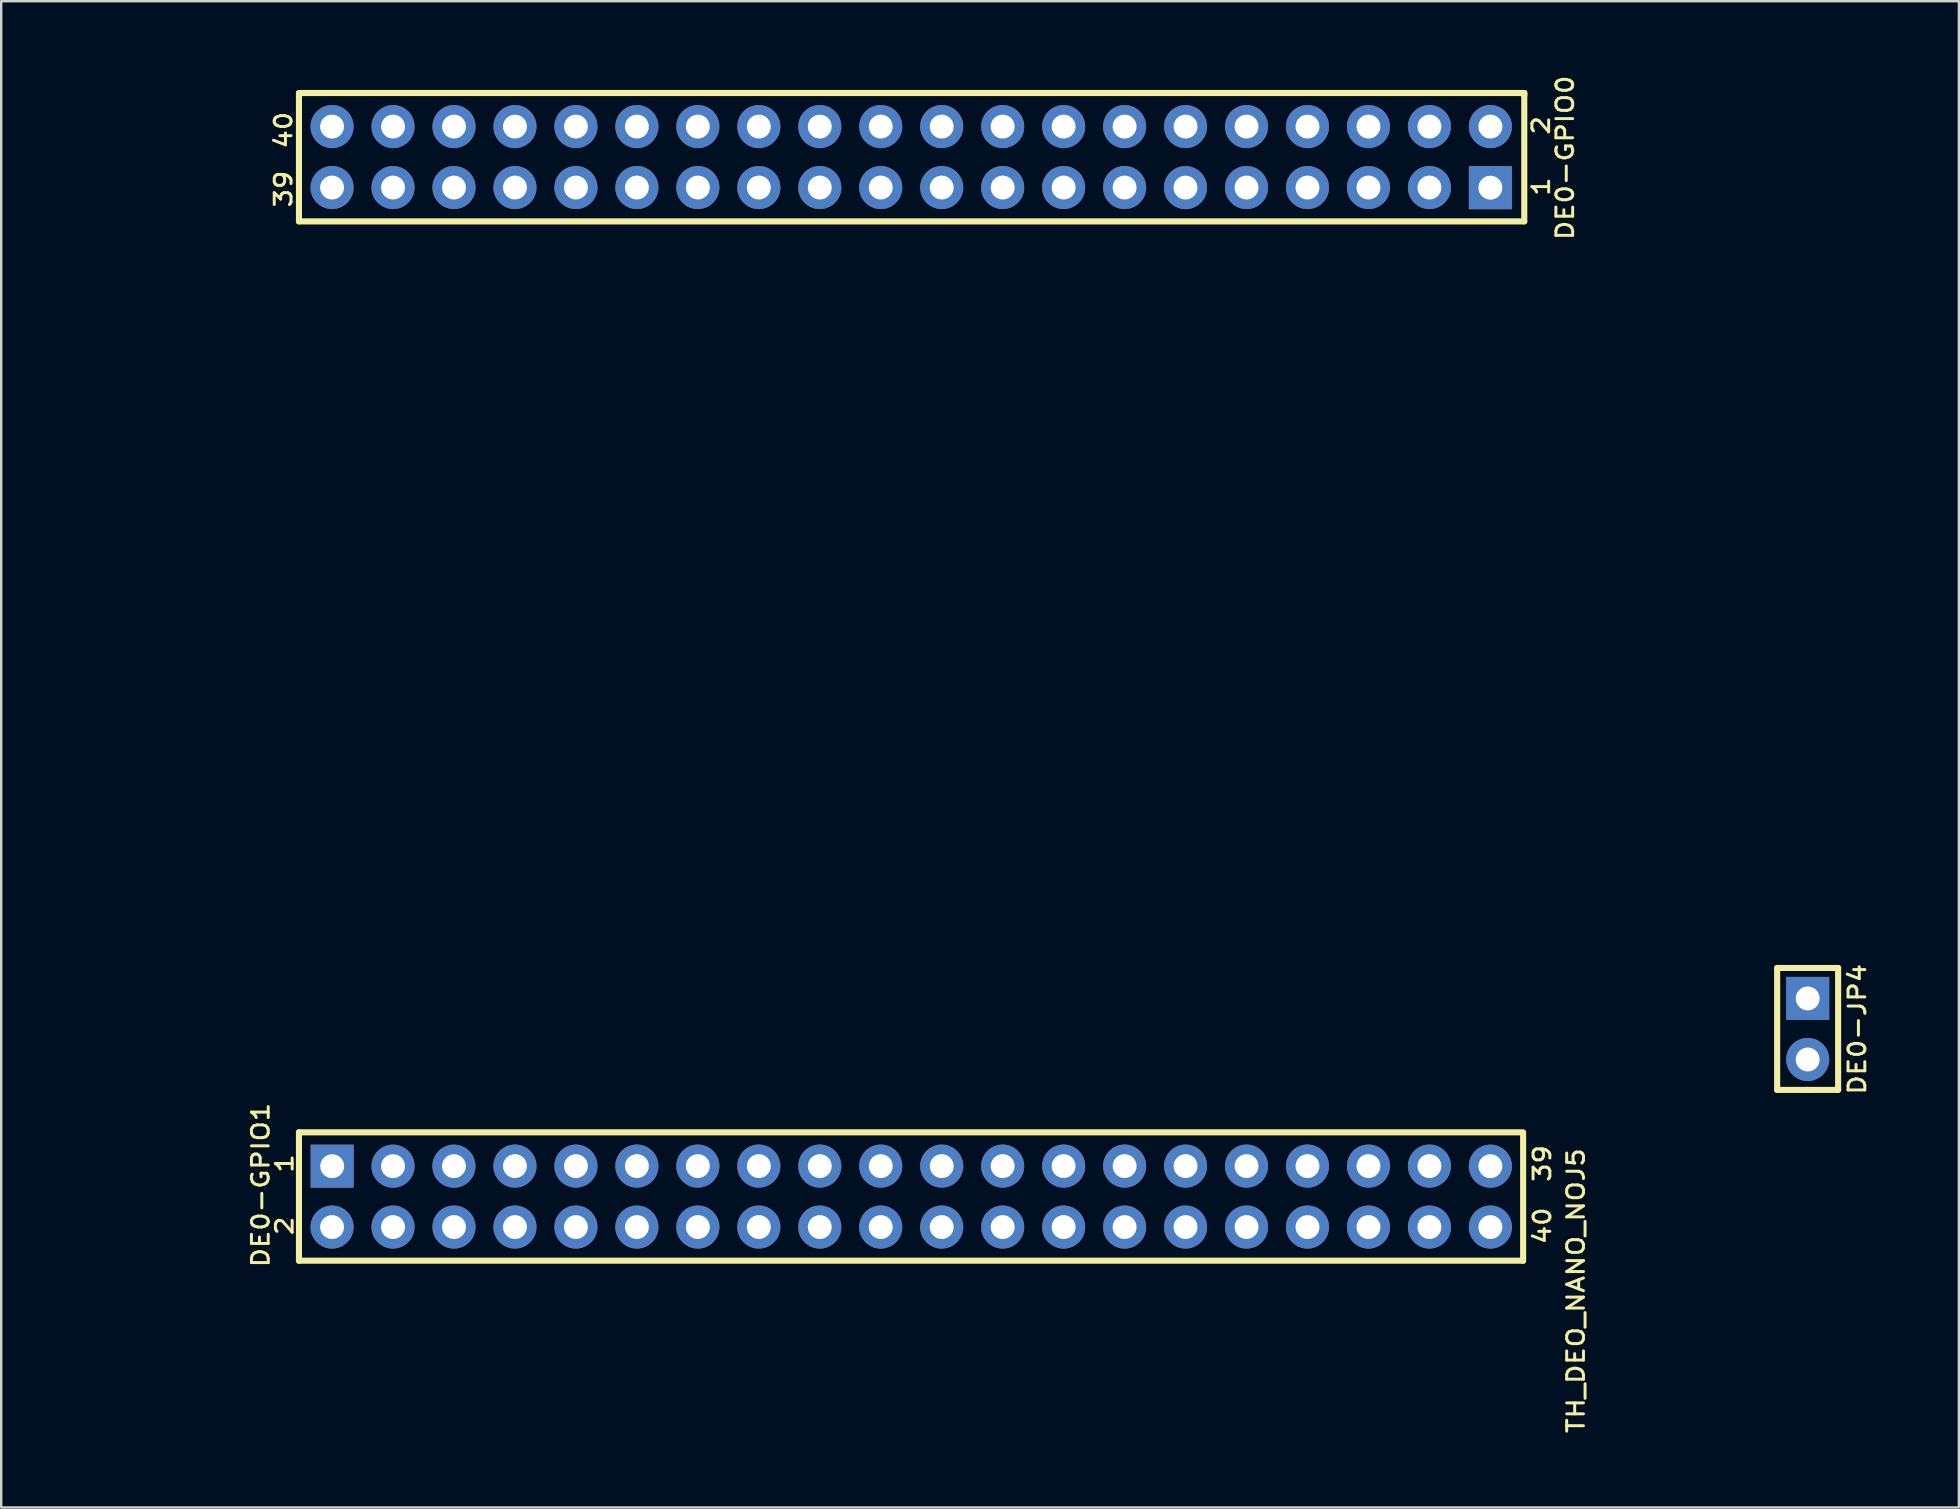
<source format=kicad_pcb>
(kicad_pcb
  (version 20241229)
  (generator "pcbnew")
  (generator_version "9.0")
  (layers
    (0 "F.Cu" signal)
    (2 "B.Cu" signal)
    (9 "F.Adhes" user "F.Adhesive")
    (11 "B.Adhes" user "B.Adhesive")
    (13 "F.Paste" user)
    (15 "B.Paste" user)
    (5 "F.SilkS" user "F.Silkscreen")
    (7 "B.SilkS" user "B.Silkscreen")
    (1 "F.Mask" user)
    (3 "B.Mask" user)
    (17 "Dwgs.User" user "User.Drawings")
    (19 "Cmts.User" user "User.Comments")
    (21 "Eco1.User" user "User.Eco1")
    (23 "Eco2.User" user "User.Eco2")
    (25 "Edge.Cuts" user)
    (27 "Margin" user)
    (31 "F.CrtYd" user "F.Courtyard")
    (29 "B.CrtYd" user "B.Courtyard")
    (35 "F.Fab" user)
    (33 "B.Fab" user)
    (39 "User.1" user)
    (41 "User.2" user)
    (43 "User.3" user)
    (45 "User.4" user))
  (footprint "TH_DEO_NANO_NOJ5"
    (layer "F.Cu")
    (at 75.306 49.725)
    (property "Reference" "TH_DEO_NANO_NOJ5" (at -12.7 1.001 90) (layer "F.SilkS") (effects (font (size 0.699 0.798) (thickness 0.124))))
    (attr smd)
    (fp_line (start -65.9 -48.9) (end -65.9 -43.551) (stroke (width 0.254) (type solid)) (layer "F.SilkS"))
    (fp_line (start -65.9 -48.9) (end -14.849 -48.9) (stroke (width 0.254) (type solid)) (layer "F.SilkS"))
    (fp_line (start -65.9 -43.551) (end -14.849 -43.551) (stroke (width 0.254) (type solid)) (layer "F.SilkS"))
    (fp_line (start -65.9 -5.601) (end -65.9 -0.249) (stroke (width 0.254) (type solid)) (layer "F.SilkS"))
    (fp_line (start -65.9 -5.598) (end -14.897 -5.598) (stroke (width 0.254) (type solid)) (layer "F.SilkS"))
    (fp_line (start -14.9 -0.249) (end -65.9 -0.249) (stroke (width 0.254) (type solid)) (layer "F.SilkS"))
    (fp_line (start -14.897 -0.246) (end -14.897 -5.55) (stroke (width 0.254) (type solid)) (layer "F.SilkS"))
    (fp_line (start -14.849 -48.9) (end -14.849 -48.801) (stroke (width 0.254) (type solid)) (layer "F.SilkS"))
    (fp_line (start -14.849 -48.849) (end -14.849 -43.551) (stroke (width 0.254) (type solid)) (layer "F.SilkS"))
    (fp_line (start -4.313 -12.446) (end -4.313 -7.366) (stroke (width 0.254) (type solid)) (layer "F.SilkS"))
    (fp_line (start -4.313 -7.366) (end -3.043 -7.366) (stroke (width 0.254) (type solid)) (layer "F.SilkS"))
    (fp_line (start -3.043 -7.366) (end -1.773 -7.366) (stroke (width 0.254) (type solid)) (layer "F.SilkS"))
    (fp_line (start -1.773 -12.446) (end -4.313 -12.446) (stroke (width 0.254) (type solid)) (layer "F.SilkS"))
    (fp_line (start -1.773 -7.366) (end -1.773 -12.446) (stroke (width 0.254) (type solid)) (layer "F.SilkS"))
    (fp_line (start -75.179 0) (end -75.179 -49.022) (stroke (width 0.254) (type solid)) (layer "Eco1.User"))
    (fp_line (start -75.176 -49.04) (end 0 -49.027) (stroke (width 0.254) (type solid)) (layer "Eco1.User"))
    (fp_line (start -75.169 0) (end 0 0) (stroke (width 0.254) (type solid)) (layer "Eco1.User"))
    (fp_line (start 0 0) (end 0 -49.027) (stroke (width 0.254) (type solid)) (layer "Eco1.User"))
    (fp_circle (center -71.877 -45.72) (end -70.277 -45.72) (stroke (width 0.254) (type solid)) (fill no) (layer "Eco1.User"))
    (fp_circle (center -71.877 -45.72) (end -68.702 -45.72) (stroke (width 0.254) (type solid)) (fill no) (layer "Eco1.User"))
    (fp_circle (center -71.877 -3.302) (end -70.277 -3.302) (stroke (width 0.254) (type solid)) (fill no) (layer "Eco1.User"))
    (fp_circle (center -71.877 -3.302) (end -68.702 -3.302) (stroke (width 0.254) (type solid)) (fill no) (layer "Eco1.User"))
    (fp_circle (center -4.29 -25.763) (end -3.691 -25.763) (stroke (width 0.254) (type solid)) (fill no) (layer "Eco1.User"))
    (fp_circle (center -4.288 -28.811) (end -3.688 -28.811) (stroke (width 0.254) (type solid)) (fill no) (layer "Eco1.User"))
    (fp_circle (center -3.043 -45.72) (end -1.443 -45.72) (stroke (width 0.254) (type solid)) (fill no) (layer "Eco1.User"))
    (fp_circle (center -3.043 -45.72) (end 0.132 -45.72) (stroke (width 0.254) (type solid)) (fill no) (layer "Eco1.User"))
    (fp_circle (center -3.043 -3.302) (end -1.443 -3.302) (stroke (width 0.254) (type solid)) (fill no) (layer "Eco1.User"))
    (fp_circle (center -3.043 -3.302) (end 0.132 -3.302) (stroke (width 0.254) (type solid)) (fill no) (layer "Eco1.User"))
    (fp_circle (center -1.75 -28.811) (end -1.151 -28.811) (stroke (width 0.254) (type solid)) (fill no) (layer "Eco1.User"))
    (fp_circle (center -1.745 -25.761) (end -1.146 -25.761) (stroke (width 0.254) (type solid)) (fill no) (layer "Eco1.User"))
    (fp_text user "DE0-GPIO0" (at -13.15 -46.2 90) (layer "F.SilkS") (effects (font (size 0.699 0.798) (thickness 0.124))))
    (fp_text user "40" (at -66.548 -47.351 90) (layer "F.SilkS") (effects (font (size 0.699 0.798) (thickness 0.124))))
    (fp_text user "40" (at -14.1 -1.702 90) (layer "F.SilkS") (effects (font (size 0.699 0.798) (thickness 0.124))))
    (fp_text user "2" (at -14.15 -47.551 90) (layer "F.SilkS") (effects (font (size 0.699 0.798) (thickness 0.124))))
    (fp_text user "39" (at -14.1 -4.3 90) (layer "F.SilkS") (effects (font (size 0.699 0.798) (thickness 0.124))))
    (fp_text user "39" (at -66.548 -44.9 90) (layer "F.SilkS") (effects (font (size 0.699 0.798) (thickness 0.124))))
    (fp_text user "2" (at -66.5 -1.702 90) (layer "F.SilkS") (effects (font (size 0.699 0.798) (thickness 0.124))))
    (fp_text user "1" (at -14.15 -45.001 90) (layer "F.SilkS") (effects (font (size 0.699 0.798) (thickness 0.124))))
    (fp_text user "DE0-GPIO1" (at -67.498 -3.401 90) (layer "F.SilkS") (effects (font (size 0.699 0.798) (thickness 0.124))))
    (fp_text user "1" (at -66.5 -4.3 90) (layer "F.SilkS") (effects (font (size 0.699 0.798) (thickness 0.124))))
    (fp_text user "DE0-JP4" (at -0.978 -9.891 90) (layer "F.SilkS") (effects (font (size 0.699 0.798) (thickness 0.124))))
    (pad "0_1" thru_hole rect (at -16.261 -44.955) (size 1.796 1.796) (drill 0.996) (layers "*.Cu" "*.Paste" "*.Mask"))
    (pad "0_2" thru_hole circle (at -16.261 -47.501) (size 1.796 1.796) (drill 0.996) (layers "*.Cu" "*.Paste" "*.Mask"))
    (pad "0_3" thru_hole circle (at -18.801 -44.961) (size 1.796 1.796) (drill 0.996) (layers "*.Cu" "*.Paste" "*.Mask"))
    (pad "0_4" thru_hole circle (at -18.801 -47.501) (size 1.796 1.796) (drill 0.996) (layers "*.Cu" "*.Paste" "*.Mask"))
    (pad "0_5" thru_hole circle (at -21.341 -44.961) (size 1.796 1.796) (drill 0.996) (layers "*.Cu" "*.Paste" "*.Mask"))
    (pad "0_6" thru_hole circle (at -21.341 -47.501) (size 1.796 1.796) (drill 0.996) (layers "*.Cu" "*.Paste" "*.Mask"))
    (pad "0_7" thru_hole circle (at -23.881 -44.961) (size 1.796 1.796) (drill 0.996) (layers "*.Cu" "*.Paste" "*.Mask"))
    (pad "0_8" thru_hole circle (at -23.881 -47.501) (size 1.796 1.796) (drill 0.996) (layers "*.Cu" "*.Paste" "*.Mask"))
    (pad "0_9" thru_hole circle (at -26.421 -44.961) (size 1.796 1.796) (drill 0.996) (layers "*.Cu" "*.Paste" "*.Mask"))
    (pad "0_10" thru_hole circle (at -26.421 -47.501) (size 1.796 1.796) (drill 0.996) (layers "*.Cu" "*.Paste" "*.Mask"))
    (pad "0_11" thru_hole circle (at -28.964 -44.958) (size 1.796 1.796) (drill 0.996) (layers "*.Cu" "*.Paste" "*.Mask"))
    (pad "0_12" thru_hole circle (at -28.961 -47.501) (size 1.796 1.796) (drill 0.996) (layers "*.Cu" "*.Paste" "*.Mask"))
    (pad "0_13" thru_hole circle (at -31.501 -44.961) (size 1.796 1.796) (drill 0.996) (layers "*.Cu" "*.Paste" "*.Mask"))
    (pad "0_14" thru_hole circle (at -31.501 -47.501) (size 1.796 1.796) (drill 0.996) (layers "*.Cu" "*.Paste" "*.Mask"))
    (pad "0_15" thru_hole circle (at -34.041 -44.961) (size 1.796 1.796) (drill 0.996) (layers "*.Cu" "*.Paste" "*.Mask"))
    (pad "0_16" thru_hole circle (at -34.041 -47.501) (size 1.796 1.796) (drill 0.996) (layers "*.Cu" "*.Paste" "*.Mask"))
    (pad "0_17" thru_hole circle (at -36.581 -44.961) (size 1.796 1.796) (drill 0.996) (layers "*.Cu" "*.Paste" "*.Mask"))
    (pad "0_18" thru_hole circle (at -36.581 -47.501) (size 1.796 1.796) (drill 0.996) (layers "*.Cu" "*.Paste" "*.Mask"))
    (pad "0_19" thru_hole circle (at -39.121 -44.961) (size 1.796 1.796) (drill 0.996) (layers "*.Cu" "*.Paste" "*.Mask"))
    (pad "0_20" thru_hole circle (at -39.121 -47.501) (size 1.796 1.796) (drill 0.996) (layers "*.Cu" "*.Paste" "*.Mask"))
    (pad "0_21" thru_hole circle (at -41.661 -44.961) (size 1.796 1.796) (drill 0.996) (layers "*.Cu" "*.Paste" "*.Mask"))
    (pad "0_22" thru_hole circle (at -41.661 -47.501) (size 1.796 1.796) (drill 0.996) (layers "*.Cu" "*.Paste" "*.Mask"))
    (pad "0_23" thru_hole circle (at -44.201 -44.961) (size 1.796 1.796) (drill 0.996) (layers "*.Cu" "*.Paste" "*.Mask"))
    (pad "0_24" thru_hole circle (at -44.201 -47.501) (size 1.796 1.796) (drill 0.996) (layers "*.Cu" "*.Paste" "*.Mask"))
    (pad "0_25" thru_hole circle (at -46.741 -44.961) (size 1.796 1.796) (drill 0.996) (layers "*.Cu" "*.Paste" "*.Mask"))
    (pad "0_26" thru_hole circle (at -46.741 -47.501) (size 1.796 1.796) (drill 0.996) (layers "*.Cu" "*.Paste" "*.Mask"))
    (pad "0_27" thru_hole circle (at -49.281 -44.961) (size 1.796 1.796) (drill 0.996) (layers "*.Cu" "*.Paste" "*.Mask"))
    (pad "0_28" thru_hole circle (at -49.281 -47.501) (size 1.796 1.796) (drill 0.996) (layers "*.Cu" "*.Paste" "*.Mask"))
    (pad "0_29" thru_hole circle (at -51.821 -44.961) (size 1.796 1.796) (drill 0.996) (layers "*.Cu" "*.Paste" "*.Mask"))
    (pad "0_30" thru_hole circle (at -51.821 -47.501) (size 1.796 1.796) (drill 0.996) (layers "*.Cu" "*.Paste" "*.Mask"))
    (pad "0_31" thru_hole circle (at -54.361 -44.961) (size 1.796 1.796) (drill 0.996) (layers "*.Cu" "*.Paste" "*.Mask"))
    (pad "0_32" thru_hole circle (at -54.361 -47.501) (size 1.796 1.796) (drill 0.996) (layers "*.Cu" "*.Paste" "*.Mask"))
    (pad "0_33" thru_hole circle (at -56.901 -44.961) (size 1.796 1.796) (drill 0.996) (layers "*.Cu" "*.Paste" "*.Mask"))
    (pad "0_34" thru_hole circle (at -56.901 -47.501) (size 1.796 1.796) (drill 0.996) (layers "*.Cu" "*.Paste" "*.Mask"))
    (pad "0_35" thru_hole circle (at -59.441 -44.961) (size 1.796 1.796) (drill 0.996) (layers "*.Cu" "*.Paste" "*.Mask"))
    (pad "0_36" thru_hole circle (at -59.441 -47.501) (size 1.796 1.796) (drill 0.996) (layers "*.Cu" "*.Paste" "*.Mask"))
    (pad "0_37" thru_hole circle (at -61.981 -44.961) (size 1.796 1.796) (drill 0.996) (layers "*.Cu" "*.Paste" "*.Mask"))
    (pad "0_38" thru_hole circle (at -61.981 -47.501) (size 1.796 1.796) (drill 0.996) (layers "*.Cu" "*.Paste" "*.Mask"))
    (pad "0_39" thru_hole circle (at -64.521 -44.961) (size 1.796 1.796) (drill 0.996) (layers "*.Cu" "*.Paste" "*.Mask"))
    (pad "0_40" thru_hole circle (at -64.521 -47.501) (size 1.796 1.796) (drill 0.996) (layers "*.Cu" "*.Paste" "*.Mask"))
    (pad "1_1" thru_hole rect (at -64.516 -4.188) (size 1.796 1.796) (drill 0.996) (layers "*.Cu" "*.Paste" "*.Mask"))
    (pad "1_2" thru_hole circle (at -64.521 -1.651) (size 1.796 1.796) (drill 0.996) (layers "*.Cu" "*.Paste" "*.Mask"))
    (pad "1_3" thru_hole circle (at -61.981 -4.188) (size 1.796 1.796) (drill 0.996) (layers "*.Cu" "*.Paste" "*.Mask"))
    (pad "1_4" thru_hole circle (at -61.981 -1.651) (size 1.796 1.796) (drill 0.996) (layers "*.Cu" "*.Paste" "*.Mask"))
    (pad "1_5" thru_hole circle (at -59.444 -4.188) (size 1.796 1.796) (drill 0.996) (layers "*.Cu" "*.Paste" "*.Mask"))
    (pad "1_6" thru_hole circle (at -59.441 -1.651) (size 1.796 1.796) (drill 0.996) (layers "*.Cu" "*.Paste" "*.Mask"))
    (pad "1_7" thru_hole circle (at -56.901 -4.191) (size 1.796 1.796) (drill 0.996) (layers "*.Cu" "*.Paste" "*.Mask"))
    (pad "1_8" thru_hole circle (at -56.901 -1.651) (size 1.796 1.796) (drill 0.996) (layers "*.Cu" "*.Paste" "*.Mask"))
    (pad "1_9" thru_hole circle (at -54.361 -4.191) (size 1.796 1.796) (drill 0.996) (layers "*.Cu" "*.Paste" "*.Mask"))
    (pad "1_10" thru_hole circle (at -54.361 -1.651) (size 1.796 1.796) (drill 0.996) (layers "*.Cu" "*.Paste" "*.Mask"))
    (pad "1_11" thru_hole circle (at -51.821 -4.191) (size 1.796 1.796) (drill 0.996) (layers "*.Cu" "*.Paste" "*.Mask"))
    (pad "1_12" thru_hole circle (at -51.821 -1.651) (size 1.796 1.796) (drill 0.996) (layers "*.Cu" "*.Paste" "*.Mask"))
    (pad "1_13" thru_hole circle (at -49.281 -4.191) (size 1.796 1.796) (drill 0.996) (layers "*.Cu" "*.Paste" "*.Mask"))
    (pad "1_14" thru_hole circle (at -49.281 -1.651) (size 1.796 1.796) (drill 0.996) (layers "*.Cu" "*.Paste" "*.Mask"))
    (pad "1_15" thru_hole circle (at -46.741 -4.191) (size 1.796 1.796) (drill 0.996) (layers "*.Cu" "*.Paste" "*.Mask"))
    (pad "1_16" thru_hole circle (at -46.741 -1.651) (size 1.796 1.796) (drill 0.996) (layers "*.Cu" "*.Paste" "*.Mask"))
    (pad "1_17" thru_hole circle (at -44.201 -4.191) (size 1.796 1.796) (drill 0.996) (layers "*.Cu" "*.Paste" "*.Mask"))
    (pad "1_18" thru_hole circle (at -44.201 -1.651) (size 1.796 1.796) (drill 0.996) (layers "*.Cu" "*.Paste" "*.Mask"))
    (pad "1_19" thru_hole circle (at -41.661 -4.191) (size 1.796 1.796) (drill 0.996) (layers "*.Cu" "*.Paste" "*.Mask"))
    (pad "1_20" thru_hole circle (at -41.661 -1.651) (size 1.796 1.796) (drill 0.996) (layers "*.Cu" "*.Paste" "*.Mask"))
    (pad "1_21" thru_hole circle (at -39.121 -4.191) (size 1.796 1.796) (drill 0.996) (layers "*.Cu" "*.Paste" "*.Mask"))
    (pad "1_22" thru_hole circle (at -39.121 -1.651) (size 1.796 1.796) (drill 0.996) (layers "*.Cu" "*.Paste" "*.Mask"))
    (pad "1_23" thru_hole circle (at -36.581 -4.191) (size 1.796 1.796) (drill 0.996) (layers "*.Cu" "*.Paste" "*.Mask"))
    (pad "1_24" thru_hole circle (at -36.581 -1.651) (size 1.796 1.796) (drill 0.996) (layers "*.Cu" "*.Paste" "*.Mask"))
    (pad "1_25" thru_hole circle (at -34.041 -4.191) (size 1.796 1.796) (drill 0.996) (layers "*.Cu" "*.Paste" "*.Mask"))
    (pad "1_26" thru_hole circle (at -34.041 -1.651) (size 1.796 1.796) (drill 0.996) (layers "*.Cu" "*.Paste" "*.Mask"))
    (pad "1_27" thru_hole circle (at -31.501 -4.191) (size 1.796 1.796) (drill 0.996) (layers "*.Cu" "*.Paste" "*.Mask"))
    (pad "1_28" thru_hole circle (at -31.501 -1.651) (size 1.796 1.796) (drill 0.996) (layers "*.Cu" "*.Paste" "*.Mask"))
    (pad "1_29" thru_hole circle (at -28.961 -4.191) (size 1.796 1.796) (drill 0.996) (layers "*.Cu" "*.Paste" "*.Mask"))
    (pad "1_30" thru_hole circle (at -28.961 -1.651) (size 1.796 1.796) (drill 0.996) (layers "*.Cu" "*.Paste" "*.Mask"))
    (pad "1_31" thru_hole circle (at -26.421 -4.191) (size 1.796 1.796) (drill 0.996) (layers "*.Cu" "*.Paste" "*.Mask"))
    (pad "1_32" thru_hole circle (at -26.421 -1.651) (size 1.796 1.796) (drill 0.996) (layers "*.Cu" "*.Paste" "*.Mask"))
    (pad "1_33" thru_hole circle (at -23.881 -4.191) (size 1.796 1.796) (drill 0.996) (layers "*.Cu" "*.Paste" "*.Mask"))
    (pad "1_34" thru_hole circle (at -23.881 -1.651) (size 1.796 1.796) (drill 0.996) (layers "*.Cu" "*.Paste" "*.Mask"))
    (pad "1_35" thru_hole circle (at -21.341 -4.191) (size 1.796 1.796) (drill 0.996) (layers "*.Cu" "*.Paste" "*.Mask"))
    (pad "1_36" thru_hole circle (at -21.341 -1.651) (size 1.796 1.796) (drill 0.996) (layers "*.Cu" "*.Paste" "*.Mask"))
    (pad "1_37" thru_hole circle (at -18.801 -4.191) (size 1.796 1.796) (drill 0.996) (layers "*.Cu" "*.Paste" "*.Mask"))
    (pad "1_38" thru_hole circle (at -18.801 -1.651) (size 1.796 1.796) (drill 0.996) (layers "*.Cu" "*.Paste" "*.Mask"))
    (pad "1_39" thru_hole circle (at -16.261 -4.188) (size 1.796 1.796) (drill 0.996) (layers "*.Cu" "*.Paste" "*.Mask"))
    (pad "1_40" thru_hole circle (at -16.261 -1.651) (size 1.796 1.796) (drill 0.996) (layers "*.Cu" "*.Paste" "*.Mask"))
    (pad "GND" thru_hole circle (at -3.04 -8.633) (size 1.796 1.796) (drill 0.996) (layers "*.Cu" "*.Paste" "*.Mask"))
    (pad "VCC" thru_hole rect (at -3.04 -11.176) (size 1.796 1.796) (drill 0.996) (layers "*.Cu" "*.Paste" "*.Mask")))
  (gr_rect
    (start -3 -3)
    (end 78.565 59.758)
    (stroke (width 0.1) (type default))
    (fill no)
    (layer "Edge.Cuts")))
</source>
